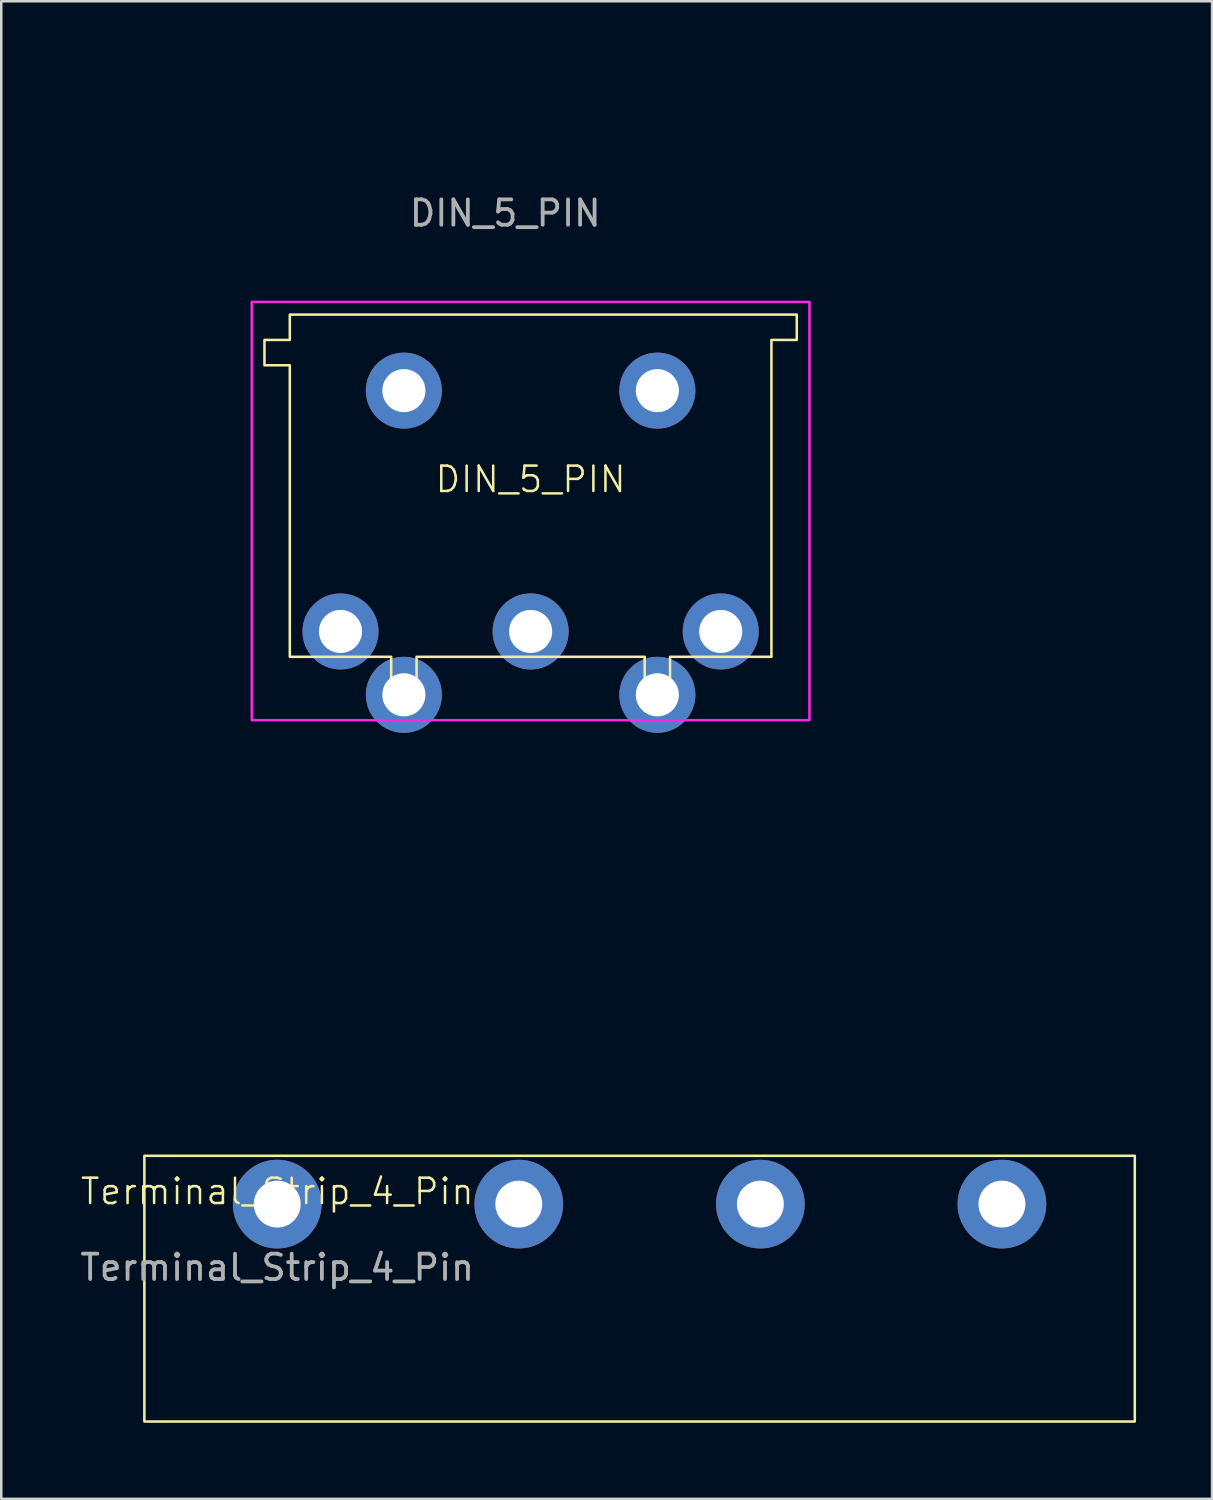
<source format=kicad_pcb>
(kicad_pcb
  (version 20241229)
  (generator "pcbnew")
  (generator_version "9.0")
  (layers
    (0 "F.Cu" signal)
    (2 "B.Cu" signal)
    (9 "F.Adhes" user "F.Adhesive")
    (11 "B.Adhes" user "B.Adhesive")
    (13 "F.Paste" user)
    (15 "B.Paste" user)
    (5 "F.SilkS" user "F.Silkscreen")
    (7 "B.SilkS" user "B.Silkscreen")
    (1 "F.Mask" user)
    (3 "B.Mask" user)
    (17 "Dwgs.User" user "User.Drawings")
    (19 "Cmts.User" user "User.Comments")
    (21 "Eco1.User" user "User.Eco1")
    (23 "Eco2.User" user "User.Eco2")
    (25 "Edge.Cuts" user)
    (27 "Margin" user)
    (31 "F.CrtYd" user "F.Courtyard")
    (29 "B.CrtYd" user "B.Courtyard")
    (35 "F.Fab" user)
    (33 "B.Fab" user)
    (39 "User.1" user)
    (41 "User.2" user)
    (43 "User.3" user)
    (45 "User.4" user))
  (footprint "DIN_5_PIN"
    (layer "F.Cu")
    (at 17.883 15.861)
    (property "Reference" "DIN_5_PIN" (at 0 0 0) (unlocked yes) (layer "F.SilkS") (effects (font (size 1 1) (thickness 0.1))))
    (attr through_hole)
    (fp_poly (pts (xy -10.5 -5.5) (xy -9.5 -5.5) (xy -9.5 -6.5) (xy 9.5 -6.5) (xy 10.5 -6.5) (xy 10.5 -5.5) (xy 9.5 -5.5) (xy 9.5 7) (xy 5.5 7) (xy 5.5 9) (xy 4.5 9) (xy 4.5 7) (xy -4.5 7) (xy -4.5 9) (xy -5.5 9) (xy -5.5 7) (xy -9.5 7) (xy -9.5 -2) (xy -9.5 -4.5) (xy -10.5 -4.5)) (stroke (width 0.1) (type solid)) (fill no) (layer "F.SilkS"))
    (fp_rect (start -11 -7) (end 11 9.5) (stroke (width 0.1) (type solid)) (fill no) (layer "F.CrtYd"))
    (fp_text user "${REFERENCE}" (at -1 -10.5 0) (unlocked yes) (layer "F.Fab") (effects (font (size 1 1) (thickness 0.15))))
    (dimension (type aligned) (layer "User.1") (pts (xy 10.383 21.86) (xy 25.383 21.86)) (height 17) (format (prefix "") (suffix "") (units 3) (units_format 1) (precision 4)) (style (thickness 0.1) (arrow_length 1.27) (text_position_mode 2) (arrow_direction outward) (extension_height 0.586) (extension_offset 0.5) (keep_text_aligned yes)) (gr_text "15.0000 mm" (at 17.883 35.861 0) (layer "User.1") (effects (font (size 1 1) (thickness 0.1)))))
    (dimension (type aligned) (layer "User.1") (pts (xy 22.883 12.361) (xy 12.883 12.361)) (height 10.5) (format (prefix "") (suffix "") (units 3) (units_format 1) (precision 4)) (style (thickness 0.1) (arrow_length 1.27) (text_position_mode 0) (arrow_direction outward) (extension_height 0.586) (extension_offset 0.5) (keep_text_aligned yes)) (gr_text "10.0000 mm" (at 17.883 0.76 0) (layer "User.1") (effects (font (size 1 1) (thickness 0.1)))))
    (dimension (type aligned) (layer "User.1") (pts (xy 23.383 24.36) (xy 23.383 9.361)) (height 14) (format (prefix "") (suffix "") (units 3) (units_format 1) (precision 4)) (style (thickness 0.1) (arrow_length 1.27) (text_position_mode 0) (arrow_direction outward) (extension_height 0.586) (extension_offset 0.5) (keep_text_aligned yes)) (gr_text "15.0000 mm" (at 36.283 16.86 90) (layer "User.1") (effects (font (size 1 1) (thickness 0.1)))))
    (dimension (type aligned) (layer "User.1") (pts (xy 13.883 9.361) (xy 13.883 12.361)) (height 7.5) (format (prefix "") (suffix "") (units 3) (units_format 1) (precision 4)) (style (thickness 0.1) (arrow_length 1.27) (text_position_mode 2) (arrow_direction outward) (extension_height 0.586) (extension_offset 0.5) (keep_text_aligned yes)) (gr_text "3.0000 mm" (at 4.383 11.361 90) (layer "User.1") (effects (font (size 1 1) (thickness 0.1)))))
    (dimension (type aligned) (layer "User.1") (pts (xy 25.883 21.86) (xy 25.883 9.361)) (height 7.5) (format (prefix "") (suffix "") (units 3) (units_format 1) (precision 4)) (style (thickness 0.1) (arrow_length 1.27) (text_position_mode 0) (arrow_direction outward) (extension_height 0.586) (extension_offset 0.5) (keep_text_aligned yes)) (gr_text "12.5000 mm" (at 32.283 15.611 90) (layer "User.1") (effects (font (size 1 1) (thickness 0.1)))))
    (dimension (type aligned) (layer "User.1") (pts (xy 22.883 24.36) (xy 12.883 24.36)) (height -7.5) (format (prefix "") (suffix "") (units 3) (units_format 1) (precision 4)) (style (thickness 0.1) (arrow_length 1.27) (text_position_mode 2) (arrow_direction outward) (extension_height 0.586) (extension_offset 0.5) (keep_text_aligned yes)) (gr_text "10.0000 mm" (at 17.883 30.761 0) (layer "User.1") (effects (font (size 1 1) (thickness 0.1)))))
    (pad "1" thru_hole circle (at -7.5 6) (size 3 3) (drill 1.7) (layers "*.Cu" "*.Mask"))
    (pad "2" thru_hole circle (at 0 6) (size 3 3) (drill 1.7) (layers "*.Cu" "*.Mask"))
    (pad "3" thru_hole circle (at 7.5 6) (size 3 3) (drill 1.7) (layers "*.Cu" "*.Mask"))
    (pad "4" thru_hole circle (at -5 8.5) (size 3 3) (drill 1.7) (layers "*.Cu" "*.Mask"))
    (pad "5" thru_hole circle (at 5 8.5) (size 3 3) (drill 1.7) (layers "*.Cu" "*.Mask"))
    (pad "6" thru_hole circle (at -5 -3.5) (size 3 3) (drill 1.7) (layers "*.Cu" "*.Mask"))
    (pad "7" thru_hole circle (at 5 -3.5) (size 3 3) (drill 1.7) (layers "*.Cu" "*.Mask")))
  (footprint "Terminal_Strip_4_Pin"
    (layer "F.Cu")
    (at 7.887 44.453)
    (property "Reference" "Terminal_Strip_4_Pin" (at 0 -0.5 0) (unlocked yes) (layer "F.SilkS") (effects (font (size 1 1) (thickness 0.1))))
    (attr through_hole)
    (fp_rect (start 33.831 -1.906) (end -5.242 8.577) (stroke (width 0.1) (type default)) (fill no) (layer "F.SilkS"))
    (fp_text user "${REFERENCE}" (at 0 2.5 0) (unlocked yes) (layer "F.Fab") (effects (font (size 1 1) (thickness 0.15))))
    (pad "1" thru_hole circle (at 0 0) (size 3.5 3.5) (drill 1.85) (layers "*.Cu" "*.Mask"))
    (pad "2" thru_hole circle (at 9.53 0) (size 3.5 3.5) (drill 1.85) (layers "*.Cu" "*.Mask"))
    (pad "3" thru_hole circle (at 19.06 0) (size 3.5 3.5) (drill 1.85) (layers "*.Cu" "*.Mask"))
    (pad "4" thru_hole circle (at 28.59 0) (size 3.5 3.5) (drill 1.85) (layers "*.Cu" "*.Mask")))
  (gr_rect
    (start -3 -3)
    (end 44.768 56.08)
    (stroke (width 0.1) (type default))
    (fill no)
    (layer "Edge.Cuts")))
</source>
